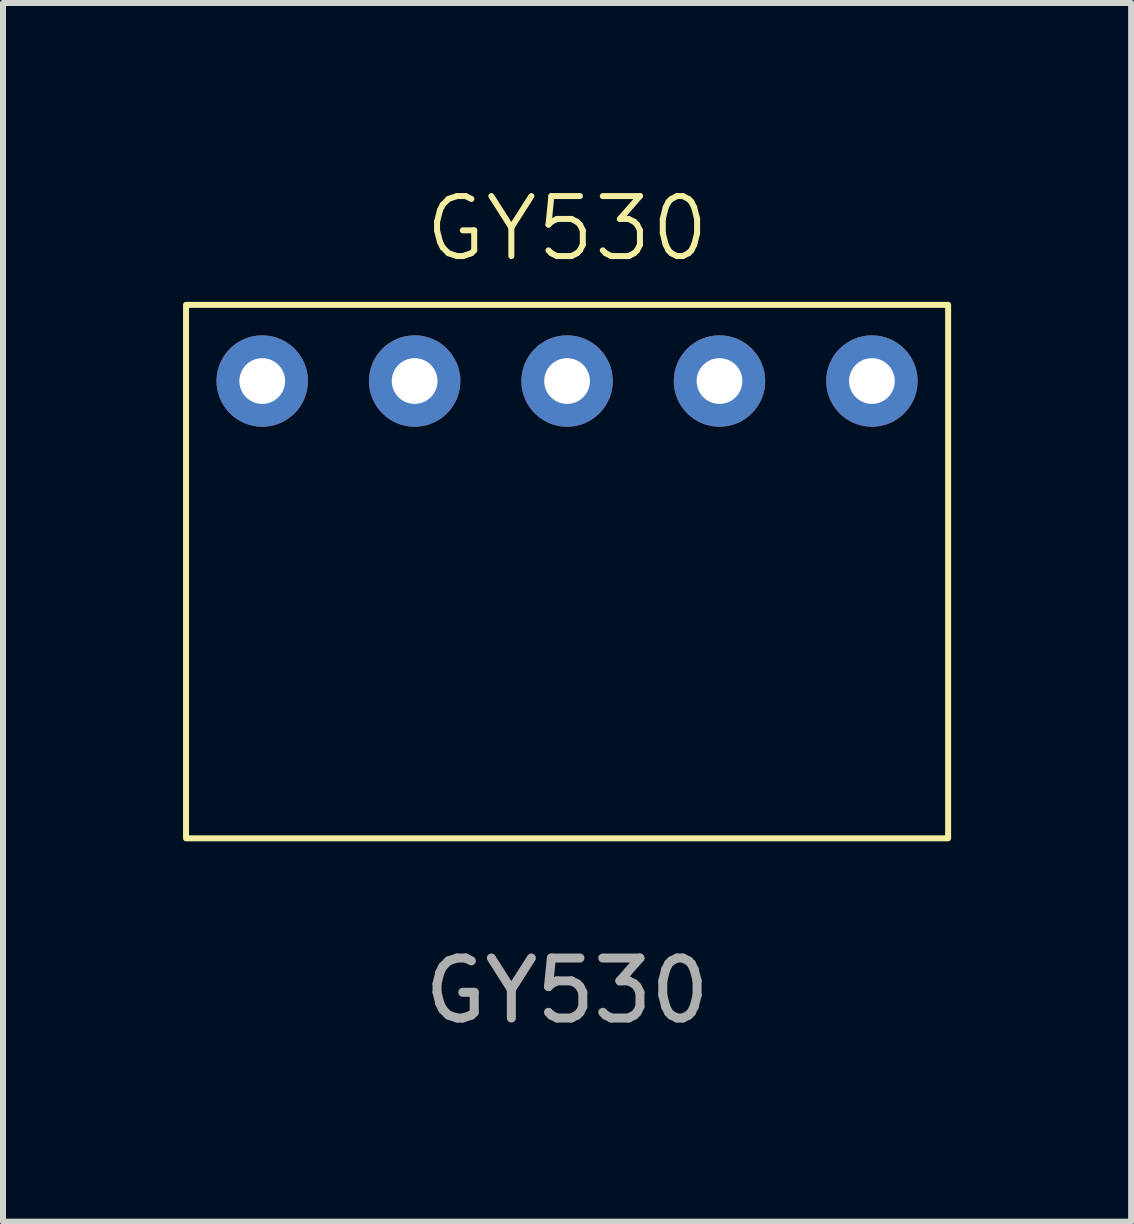
<source format=kicad_pcb>
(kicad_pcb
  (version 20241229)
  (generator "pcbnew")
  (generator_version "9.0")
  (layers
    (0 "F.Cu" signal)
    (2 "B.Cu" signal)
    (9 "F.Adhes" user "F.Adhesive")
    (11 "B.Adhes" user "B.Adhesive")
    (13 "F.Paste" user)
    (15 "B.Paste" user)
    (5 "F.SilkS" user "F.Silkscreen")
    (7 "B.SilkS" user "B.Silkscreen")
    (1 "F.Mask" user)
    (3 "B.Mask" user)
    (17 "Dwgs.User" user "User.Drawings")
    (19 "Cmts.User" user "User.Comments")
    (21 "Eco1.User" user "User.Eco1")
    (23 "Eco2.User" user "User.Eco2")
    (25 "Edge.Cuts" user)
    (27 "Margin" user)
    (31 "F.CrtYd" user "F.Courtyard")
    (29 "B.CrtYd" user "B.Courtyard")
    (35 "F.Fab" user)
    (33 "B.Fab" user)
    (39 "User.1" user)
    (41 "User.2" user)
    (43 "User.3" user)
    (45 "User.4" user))
  (footprint "GY530"
    (layer "F.Cu")
    (at 6.4 3.3)
    (property "Reference" "GY530" (at 0 -2.54 0) (unlocked yes) (layer "F.SilkS") (effects (font (size 1 1) (thickness 0.1))))
    (attr through_hole)
    (fp_rect (start -6.35 -1.27) (end 6.35 7.62) (stroke (width 0.1) (type default)) (fill no) (layer "F.SilkS"))
    (fp_text user "${REFERENCE}" (at 0 10.16 0) (unlocked yes) (layer "F.Fab") (effects (font (size 1 1) (thickness 0.15))))
    (pad "1" thru_hole circle (at -5.08 0) (size 1.524 1.524) (drill 0.762) (layers "*.Cu" "*.Mask"))
    (pad "2" thru_hole circle (at -2.54 0) (size 1.524 1.524) (drill 0.762) (layers "*.Cu" "*.Mask"))
    (pad "3" thru_hole circle (at 0 0) (size 1.524 1.524) (drill 0.762) (layers "*.Cu" "*.Mask"))
    (pad "4" thru_hole circle (at 2.54 0) (size 1.524 1.524) (drill 0.762) (layers "*.Cu" "*.Mask"))
    (pad "5" thru_hole circle (at 5.08 0) (size 1.524 1.524) (drill 0.762) (layers "*.Cu" "*.Mask"))
    (zone (net_name "") (layer "F.SilkS") (hatch edge 0.5) (connect_pads) (min_thickness 0.25) (filled_areas_thickness no) (keepout (tracks allowed) (vias allowed) (pads allowed) (copperpour allowed) (footprints not_allowed)) (placement (enabled no)) (fill) (polygon (pts (xy 0.05 2.03) (xy 12.75 2.03) (xy 12.75 4.571) (xy 0.05 4.571)))))
  (gr_rect
    (start -3 -3)
    (end 15.8 17.309)
    (stroke (width 0.1) (type default))
    (fill no)
    (layer "Edge.Cuts")))
</source>
